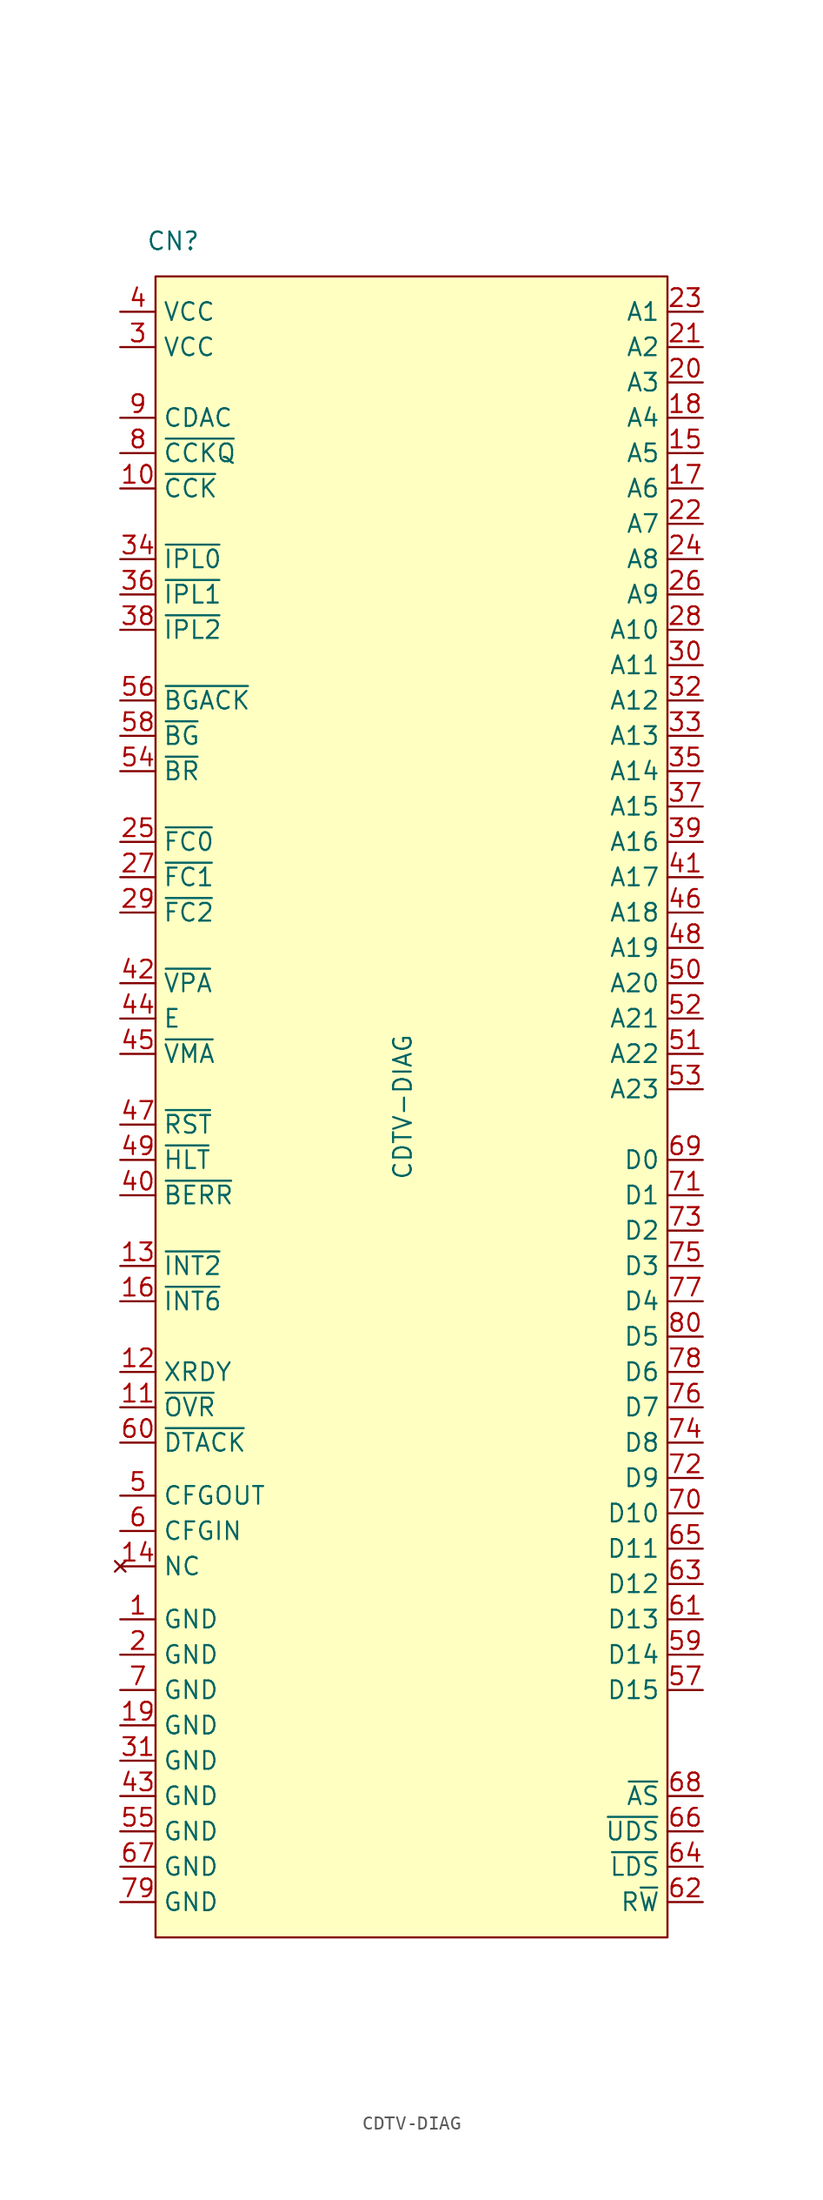
<source format=kicad_sym>
(kicad_symbol_lib
  (version 20211014)
  (generator kicad_symbol_editor)
  (symbol "CDTV-DIAG"
    (property "Reference" "CN"
      (at -17.78 62.23 0)
      (effects (font (size 1.27 1.27))))
    (property "Value" "CDTV-DIAG"
      (at -1.27 0 90)
      (effects (font (size 1.27 1.27))))
    (symbol "CDTV-DIAG_0_1"
      (rectangle (start -19.05 59.69) (end 17.78 -59.69) (stroke (width 0.152) (type default) (color 0 0 0 0)) (fill (type background))))
    (symbol "CDTV-DIAG_1_1"
      (pin power_out line (at -21.59 -36.83 0) (length 2.54) (name "GND" (effects (font (size 1.27 1.27)))) (number "1" (effects (font (size 1.27 1.27)))))
      (pin output line (at -21.59 44.45 0) (length 2.54) (name "~{CCK}" (effects (font (size 1.27 1.27)))) (number "10" (effects (font (size 1.27 1.27)))))
      (pin input line (at -21.59 -21.59 0) (length 2.54) (name "~{OVR}" (effects (font (size 1.27 1.27)))) (number "11" (effects (font (size 1.27 1.27)))))
      (pin input line (at -21.59 -19.05 0) (length 2.54) (name "XRDY" (effects (font (size 1.27 1.27)))) (number "12" (effects (font (size 1.27 1.27)))))
      (pin input line (at -21.59 -11.43 0) (length 2.54) (name "~{INT2}" (effects (font (size 1.27 1.27)))) (number "13" (effects (font (size 1.27 1.27)))))
      (pin no_connect line (at -21.59 -33.02 0) (length 2.54) (name "NC" (effects (font (size 1.27 1.27)))) (number "14" (effects (font (size 1.27 1.27)))))
      (pin output line (at 20.32 46.99 180) (length 2.54) (name "A5" (effects (font (size 1.27 1.27)))) (number "15" (effects (font (size 1.27 1.27)))))
      (pin input line (at -21.59 -13.97 0) (length 2.54) (name "~{INT6}" (effects (font (size 1.27 1.27)))) (number "16" (effects (font (size 1.27 1.27)))))
      (pin output line (at 20.32 44.45 180) (length 2.54) (name "A6" (effects (font (size 1.27 1.27)))) (number "17" (effects (font (size 1.27 1.27)))))
      (pin output line (at 20.32 49.53 180) (length 2.54) (name "A4" (effects (font (size 1.27 1.27)))) (number "18" (effects (font (size 1.27 1.27)))))
      (pin power_out line (at -21.59 -44.45 0) (length 2.54) (name "GND" (effects (font (size 1.27 1.27)))) (number "19" (effects (font (size 1.27 1.27)))))
      (pin power_out line (at -21.59 -39.37 0) (length 2.54) (name "GND" (effects (font (size 1.27 1.27)))) (number "2" (effects (font (size 1.27 1.27)))))
      (pin output line (at 20.32 52.07 180) (length 2.54) (name "A3" (effects (font (size 1.27 1.27)))) (number "20" (effects (font (size 1.27 1.27)))))
      (pin output line (at 20.32 54.61 180) (length 2.54) (name "A2" (effects (font (size 1.27 1.27)))) (number "21" (effects (font (size 1.27 1.27)))))
      (pin output line (at 20.32 41.91 180) (length 2.54) (name "A7" (effects (font (size 1.27 1.27)))) (number "22" (effects (font (size 1.27 1.27)))))
      (pin output line (at 20.32 57.15 180) (length 2.54) (name "A1" (effects (font (size 1.27 1.27)))) (number "23" (effects (font (size 1.27 1.27)))))
      (pin output line (at 20.32 39.37 180) (length 2.54) (name "A8" (effects (font (size 1.27 1.27)))) (number "24" (effects (font (size 1.27 1.27)))))
      (pin output line (at -21.59 19.05 0) (length 2.54) (name "~{FC0}" (effects (font (size 1.27 1.27)))) (number "25" (effects (font (size 1.27 1.27)))))
      (pin output line (at 20.32 36.83 180) (length 2.54) (name "A9" (effects (font (size 1.27 1.27)))) (number "26" (effects (font (size 1.27 1.27)))))
      (pin output line (at -21.59 16.51 0) (length 2.54) (name "~{FC1}" (effects (font (size 1.27 1.27)))) (number "27" (effects (font (size 1.27 1.27)))))
      (pin output line (at 20.32 34.29 180) (length 2.54) (name "A10" (effects (font (size 1.27 1.27)))) (number "28" (effects (font (size 1.27 1.27)))))
      (pin output line (at -21.59 13.97 0) (length 2.54) (name "~{FC2}" (effects (font (size 1.27 1.27)))) (number "29" (effects (font (size 1.27 1.27)))))
      (pin power_out line (at -21.59 54.61 0) (length 2.54) (name "VCC" (effects (font (size 1.27 1.27)))) (number "3" (effects (font (size 1.27 1.27)))))
      (pin output line (at 20.32 31.75 180) (length 2.54) (name "A11" (effects (font (size 1.27 1.27)))) (number "30" (effects (font (size 1.27 1.27)))))
      (pin power_out line (at -21.59 -46.99 0) (length 2.54) (name "GND" (effects (font (size 1.27 1.27)))) (number "31" (effects (font (size 1.27 1.27)))))
      (pin output line (at 20.32 29.21 180) (length 2.54) (name "A12" (effects (font (size 1.27 1.27)))) (number "32" (effects (font (size 1.27 1.27)))))
      (pin output line (at 20.32 26.67 180) (length 2.54) (name "A13" (effects (font (size 1.27 1.27)))) (number "33" (effects (font (size 1.27 1.27)))))
      (pin input line (at -21.59 39.37 0) (length 2.54) (name "~{IPL0}" (effects (font (size 1.27 1.27)))) (number "34" (effects (font (size 1.27 1.27)))))
      (pin output line (at 20.32 24.13 180) (length 2.54) (name "A14" (effects (font (size 1.27 1.27)))) (number "35" (effects (font (size 1.27 1.27)))))
      (pin input line (at -21.59 36.83 0) (length 2.54) (name "~{IPL1}" (effects (font (size 1.27 1.27)))) (number "36" (effects (font (size 1.27 1.27)))))
      (pin output line (at 20.32 21.59 180) (length 2.54) (name "A15" (effects (font (size 1.27 1.27)))) (number "37" (effects (font (size 1.27 1.27)))))
      (pin input line (at -21.59 34.29 0) (length 2.54) (name "~{IPL2}" (effects (font (size 1.27 1.27)))) (number "38" (effects (font (size 1.27 1.27)))))
      (pin output line (at 20.32 19.05 180) (length 2.54) (name "A16" (effects (font (size 1.27 1.27)))) (number "39" (effects (font (size 1.27 1.27)))))
      (pin power_out line (at -21.59 57.15 0) (length 2.54) (name "VCC" (effects (font (size 1.27 1.27)))) (number "4" (effects (font (size 1.27 1.27)))))
      (pin bidirectional line (at -21.59 -6.35 0) (length 2.54) (name "~{BERR}" (effects (font (size 1.27 1.27)))) (number "40" (effects (font (size 1.27 1.27)))))
      (pin output line (at 20.32 16.51 180) (length 2.54) (name "A17" (effects (font (size 1.27 1.27)))) (number "41" (effects (font (size 1.27 1.27)))))
      (pin input line (at -21.59 8.89 0) (length 2.54) (name "~{VPA}" (effects (font (size 1.27 1.27)))) (number "42" (effects (font (size 1.27 1.27)))))
      (pin power_out line (at -21.59 -49.53 0) (length 2.54) (name "GND" (effects (font (size 1.27 1.27)))) (number "43" (effects (font (size 1.27 1.27)))))
      (pin output line (at -21.59 6.35 0) (length 2.54) (name "E" (effects (font (size 1.27 1.27)))) (number "44" (effects (font (size 1.27 1.27)))))
      (pin input line (at -21.59 3.81 0) (length 2.54) (name "~{VMA}" (effects (font (size 1.27 1.27)))) (number "45" (effects (font (size 1.27 1.27)))))
      (pin output line (at 20.32 13.97 180) (length 2.54) (name "A18" (effects (font (size 1.27 1.27)))) (number "46" (effects (font (size 1.27 1.27)))))
      (pin bidirectional line (at -21.59 -1.27 0) (length 2.54) (name "~{RST}" (effects (font (size 1.27 1.27)))) (number "47" (effects (font (size 1.27 1.27)))))
      (pin output line (at 20.32 11.43 180) (length 2.54) (name "A19" (effects (font (size 1.27 1.27)))) (number "48" (effects (font (size 1.27 1.27)))))
      (pin bidirectional line (at -21.59 -3.81 0) (length 2.54) (name "~{HLT}" (effects (font (size 1.27 1.27)))) (number "49" (effects (font (size 1.27 1.27)))))
      (pin output line (at -21.59 -27.94 0) (length 2.54) (name "CFGOUT" (effects (font (size 1.27 1.27)))) (number "5" (effects (font (size 1.27 1.27)))))
      (pin output line (at 20.32 8.89 180) (length 2.54) (name "A20" (effects (font (size 1.27 1.27)))) (number "50" (effects (font (size 1.27 1.27)))))
      (pin output line (at 20.32 3.81 180) (length 2.54) (name "A22" (effects (font (size 1.27 1.27)))) (number "51" (effects (font (size 1.27 1.27)))))
      (pin output line (at 20.32 6.35 180) (length 2.54) (name "A21" (effects (font (size 1.27 1.27)))) (number "52" (effects (font (size 1.27 1.27)))))
      (pin output line (at 20.32 1.27 180) (length 2.54) (name "A23" (effects (font (size 1.27 1.27)))) (number "53" (effects (font (size 1.27 1.27)))))
      (pin input line (at -21.59 24.13 0) (length 2.54) (name "~{BR}" (effects (font (size 1.27 1.27)))) (number "54" (effects (font (size 1.27 1.27)))))
      (pin power_out line (at -21.59 -52.07 0) (length 2.54) (name "GND" (effects (font (size 1.27 1.27)))) (number "55" (effects (font (size 1.27 1.27)))))
      (pin input line (at -21.59 29.21 0) (length 2.54) (name "~{BGACK}" (effects (font (size 1.27 1.27)))) (number "56" (effects (font (size 1.27 1.27)))))
      (pin bidirectional line (at 20.32 -41.91 180) (length 2.54) (name "D15" (effects (font (size 1.27 1.27)))) (number "57" (effects (font (size 1.27 1.27)))))
      (pin output line (at -21.59 26.67 0) (length 2.54) (name "~{BG}" (effects (font (size 1.27 1.27)))) (number "58" (effects (font (size 1.27 1.27)))))
      (pin bidirectional line (at 20.32 -39.37 180) (length 2.54) (name "D14" (effects (font (size 1.27 1.27)))) (number "59" (effects (font (size 1.27 1.27)))))
      (pin output line (at -21.59 -30.48 0) (length 2.54) (name "CFGIN" (effects (font (size 1.27 1.27)))) (number "6" (effects (font (size 1.27 1.27)))))
      (pin input line (at -21.59 -24.13 0) (length 2.54) (name "~{DTACK}" (effects (font (size 1.27 1.27)))) (number "60" (effects (font (size 1.27 1.27)))))
      (pin bidirectional line (at 20.32 -36.83 180) (length 2.54) (name "D13" (effects (font (size 1.27 1.27)))) (number "61" (effects (font (size 1.27 1.27)))))
      (pin output line (at 20.32 -57.15 180) (length 2.54) (name "R~{W}" (effects (font (size 1.27 1.27)))) (number "62" (effects (font (size 1.27 1.27)))))
      (pin bidirectional line (at 20.32 -34.29 180) (length 2.54) (name "D12" (effects (font (size 1.27 1.27)))) (number "63" (effects (font (size 1.27 1.27)))))
      (pin output line (at 20.32 -54.61 180) (length 2.54) (name "~{LDS}" (effects (font (size 1.27 1.27)))) (number "64" (effects (font (size 1.27 1.27)))))
      (pin bidirectional line (at 20.32 -31.75 180) (length 2.54) (name "D11" (effects (font (size 1.27 1.27)))) (number "65" (effects (font (size 1.27 1.27)))))
      (pin output line (at 20.32 -52.07 180) (length 2.54) (name "~{UDS}" (effects (font (size 1.27 1.27)))) (number "66" (effects (font (size 1.27 1.27)))))
      (pin power_out line (at -21.59 -54.61 0) (length 2.54) (name "GND" (effects (font (size 1.27 1.27)))) (number "67" (effects (font (size 1.27 1.27)))))
      (pin output line (at 20.32 -49.53 180) (length 2.54) (name "~{AS}" (effects (font (size 1.27 1.27)))) (number "68" (effects (font (size 1.27 1.27)))))
      (pin bidirectional line (at 20.32 -3.81 180) (length 2.54) (name "D0" (effects (font (size 1.27 1.27)))) (number "69" (effects (font (size 1.27 1.27)))))
      (pin power_out line (at -21.59 -41.91 0) (length 2.54) (name "GND" (effects (font (size 1.27 1.27)))) (number "7" (effects (font (size 1.27 1.27)))))
      (pin bidirectional line (at 20.32 -29.21 180) (length 2.54) (name "D10" (effects (font (size 1.27 1.27)))) (number "70" (effects (font (size 1.27 1.27)))))
      (pin bidirectional line (at 20.32 -6.35 180) (length 2.54) (name "D1" (effects (font (size 1.27 1.27)))) (number "71" (effects (font (size 1.27 1.27)))))
      (pin bidirectional line (at 20.32 -26.67 180) (length 2.54) (name "D9" (effects (font (size 1.27 1.27)))) (number "72" (effects (font (size 1.27 1.27)))))
      (pin bidirectional line (at 20.32 -8.89 180) (length 2.54) (name "D2" (effects (font (size 1.27 1.27)))) (number "73" (effects (font (size 1.27 1.27)))))
      (pin bidirectional line (at 20.32 -24.13 180) (length 2.54) (name "D8" (effects (font (size 1.27 1.27)))) (number "74" (effects (font (size 1.27 1.27)))))
      (pin bidirectional line (at 20.32 -11.43 180) (length 2.54) (name "D3" (effects (font (size 1.27 1.27)))) (number "75" (effects (font (size 1.27 1.27)))))
      (pin bidirectional line (at 20.32 -21.59 180) (length 2.54) (name "D7" (effects (font (size 1.27 1.27)))) (number "76" (effects (font (size 1.27 1.27)))))
      (pin bidirectional line (at 20.32 -13.97 180) (length 2.54) (name "D4" (effects (font (size 1.27 1.27)))) (number "77" (effects (font (size 1.27 1.27)))))
      (pin bidirectional line (at 20.32 -19.05 180) (length 2.54) (name "D6" (effects (font (size 1.27 1.27)))) (number "78" (effects (font (size 1.27 1.27)))))
      (pin power_out line (at -21.59 -57.15 0) (length 2.54) (name "GND" (effects (font (size 1.27 1.27)))) (number "79" (effects (font (size 1.27 1.27)))))
      (pin output line (at -21.59 46.99 0) (length 2.54) (name "~{CCKQ}" (effects (font (size 1.27 1.27)))) (number "8" (effects (font (size 1.27 1.27)))))
      (pin bidirectional line (at 20.32 -16.51 180) (length 2.54) (name "D5" (effects (font (size 1.27 1.27)))) (number "80" (effects (font (size 1.27 1.27)))))
      (pin output line (at -21.59 49.53 0) (length 2.54) (name "CDAC" (effects (font (size 1.27 1.27)))) (number "9" (effects (font (size 1.27 1.27))))))))
</source>
